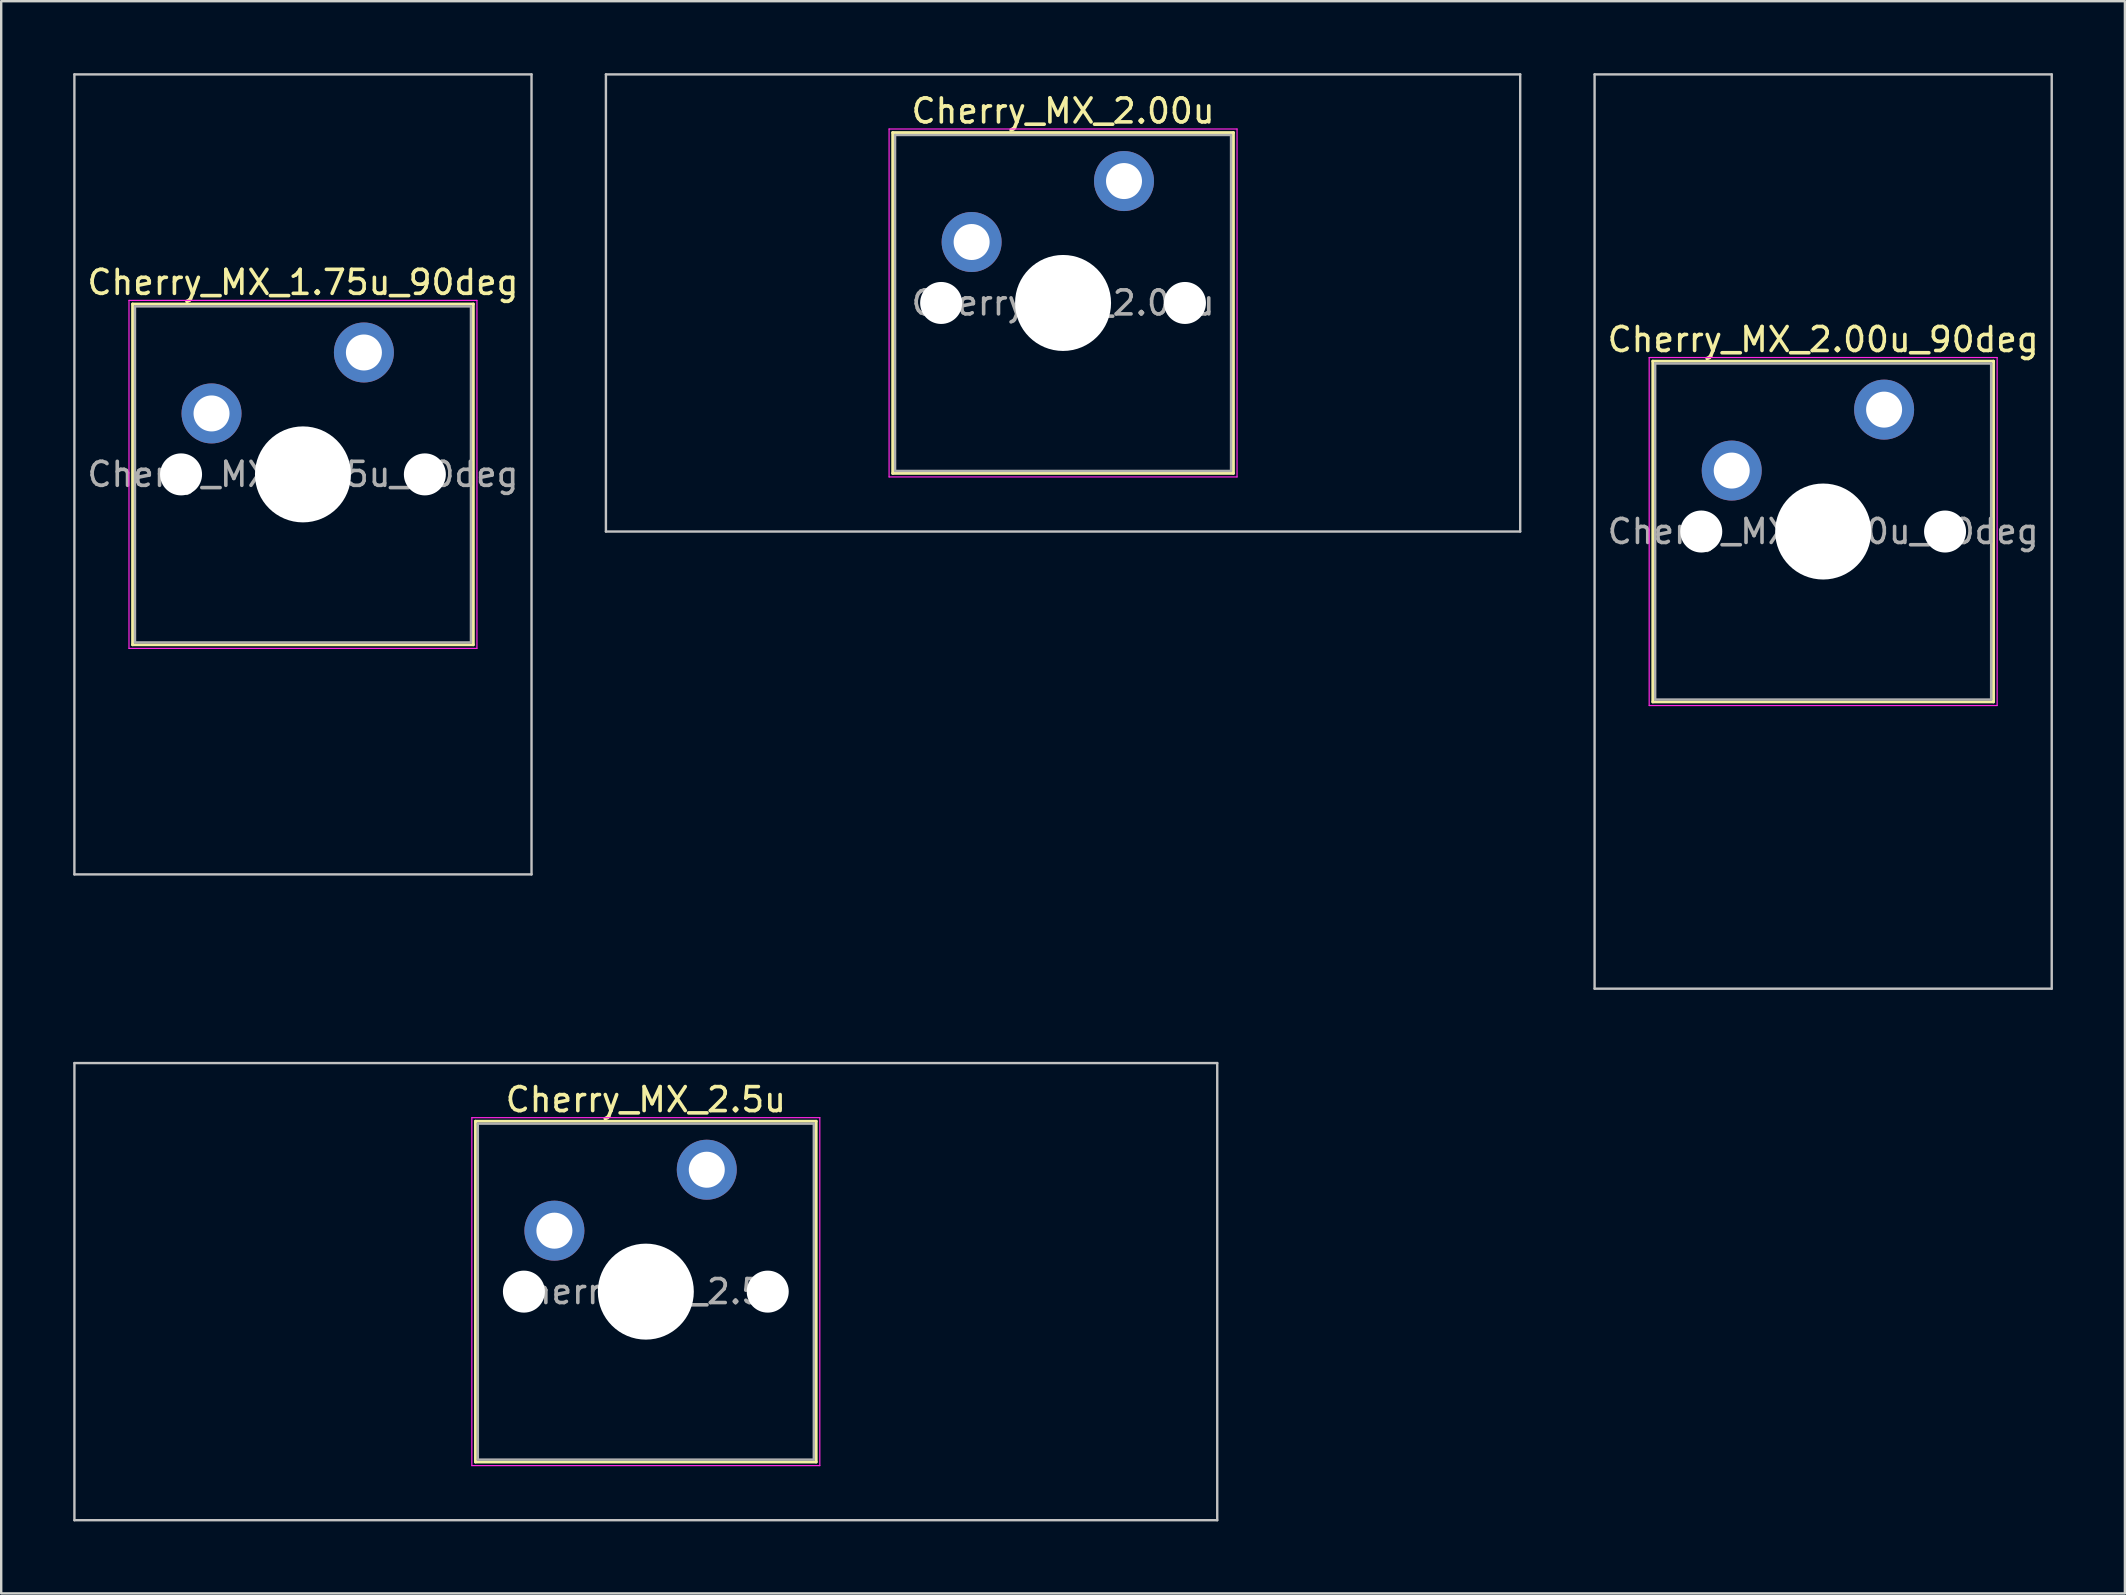
<source format=kicad_pcb>
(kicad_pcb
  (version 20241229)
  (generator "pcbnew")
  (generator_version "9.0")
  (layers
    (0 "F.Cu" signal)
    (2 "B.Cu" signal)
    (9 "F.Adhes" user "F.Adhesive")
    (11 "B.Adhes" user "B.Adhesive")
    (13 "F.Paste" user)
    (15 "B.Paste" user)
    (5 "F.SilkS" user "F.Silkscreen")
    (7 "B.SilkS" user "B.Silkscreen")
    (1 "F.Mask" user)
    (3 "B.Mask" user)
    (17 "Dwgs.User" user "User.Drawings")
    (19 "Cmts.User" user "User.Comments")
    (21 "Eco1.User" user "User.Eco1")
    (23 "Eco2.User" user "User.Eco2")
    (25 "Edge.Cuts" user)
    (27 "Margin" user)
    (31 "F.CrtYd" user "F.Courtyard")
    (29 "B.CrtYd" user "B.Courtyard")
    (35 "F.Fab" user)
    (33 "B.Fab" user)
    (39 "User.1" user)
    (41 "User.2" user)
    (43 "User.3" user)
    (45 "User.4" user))
  (footprint "Cherry_MX_2.5u"
    (layer "F.Cu")
    (at 23.863 50.775)
    (property "Reference" "Cherry_MX_2.5u" (at 0 -8 0) (layer "F.SilkS") (effects (font (size 1 1) (thickness 0.15))))
    (attr through_hole)
    (fp_line (start -7.1 -7.1) (end -7.1 7.1) (stroke (width 0.12) (type solid)) (layer "F.SilkS"))
    (fp_line (start -7.1 7.1) (end 7.1 7.1) (stroke (width 0.12) (type solid)) (layer "F.SilkS"))
    (fp_line (start 7.1 -7.1) (end -7.1 -7.1) (stroke (width 0.12) (type solid)) (layer "F.SilkS"))
    (fp_line (start 7.1 7.1) (end 7.1 -7.1) (stroke (width 0.12) (type solid)) (layer "F.SilkS"))
    (fp_line (start -23.812 -9.525) (end -23.812 9.525) (stroke (width 0.1) (type solid)) (layer "Dwgs.User"))
    (fp_line (start -23.812 9.525) (end 23.812 9.525) (stroke (width 0.1) (type solid)) (layer "Dwgs.User"))
    (fp_line (start 23.812 -9.525) (end -23.812 -9.525) (stroke (width 0.1) (type solid)) (layer "Dwgs.User"))
    (fp_line (start 23.812 9.525) (end 23.812 -9.525) (stroke (width 0.1) (type solid)) (layer "Dwgs.User"))
    (fp_line (start -7 -7) (end -7 7) (stroke (width 0.1) (type solid)) (layer "Eco1.User"))
    (fp_line (start -7 7) (end 7 7) (stroke (width 0.1) (type solid)) (layer "Eco1.User"))
    (fp_line (start 7 -7) (end -7 -7) (stroke (width 0.1) (type solid)) (layer "Eco1.User"))
    (fp_line (start 7 7) (end 7 -7) (stroke (width 0.1) (type solid)) (layer "Eco1.User"))
    (fp_line (start -7.25 -7.25) (end -7.25 7.25) (stroke (width 0.05) (type solid)) (layer "F.CrtYd"))
    (fp_line (start -7.25 7.25) (end 7.25 7.25) (stroke (width 0.05) (type solid)) (layer "F.CrtYd"))
    (fp_line (start 7.25 -7.25) (end -7.25 -7.25) (stroke (width 0.05) (type solid)) (layer "F.CrtYd"))
    (fp_line (start 7.25 7.25) (end 7.25 -7.25) (stroke (width 0.05) (type solid)) (layer "F.CrtYd"))
    (fp_line (start -7 -7) (end -7 7) (stroke (width 0.1) (type solid)) (layer "F.Fab"))
    (fp_line (start -7 7) (end 7 7) (stroke (width 0.1) (type solid)) (layer "F.Fab"))
    (fp_line (start 7 -7) (end -7 -7) (stroke (width 0.1) (type solid)) (layer "F.Fab"))
    (fp_line (start 7 7) (end 7 -7) (stroke (width 0.1) (type solid)) (layer "F.Fab"))
    (fp_text user "${REFERENCE}" (at 0 0 0) (layer "F.Fab") (effects (font (size 1 1) (thickness 0.15))))
    (pad "" np_thru_hole circle (at -5.08 0) (size 1.75 1.75) (drill 1.75) (layers "*.Cu" "*.Mask"))
    (pad "" np_thru_hole circle (at 0 0) (size 4 4) (drill 4) (layers "*.Cu" "*.Mask"))
    (pad "" np_thru_hole circle (at 5.08 0) (size 1.75 1.75) (drill 1.75) (layers "*.Cu" "*.Mask"))
    (pad "1" thru_hole circle (at -3.81 -2.54) (size 2.5 2.5) (drill 1.5) (layers "*.Cu" "*.Mask"))
    (pad "2" thru_hole circle (at 2.54 -5.08) (size 2.5 2.5) (drill 1.5) (layers "*.Cu" "*.Mask")))
  (footprint "Cherry_MX_2.00u"
    (layer "F.Cu")
    (at 41.25 9.575)
    (property "Reference" "Cherry_MX_2.00u" (at 0 -8 0) (layer "F.SilkS") (effects (font (size 1 1) (thickness 0.15))))
    (attr through_hole)
    (fp_line (start -7.1 -7.1) (end -7.1 7.1) (stroke (width 0.12) (type solid)) (layer "F.SilkS"))
    (fp_line (start -7.1 7.1) (end 7.1 7.1) (stroke (width 0.12) (type solid)) (layer "F.SilkS"))
    (fp_line (start 7.1 -7.1) (end -7.1 -7.1) (stroke (width 0.12) (type solid)) (layer "F.SilkS"))
    (fp_line (start 7.1 7.1) (end 7.1 -7.1) (stroke (width 0.12) (type solid)) (layer "F.SilkS"))
    (fp_line (start -19.05 -9.525) (end -19.05 9.525) (stroke (width 0.1) (type solid)) (layer "Dwgs.User"))
    (fp_line (start -19.05 9.525) (end 19.05 9.525) (stroke (width 0.1) (type solid)) (layer "Dwgs.User"))
    (fp_line (start 19.05 -9.525) (end -19.05 -9.525) (stroke (width 0.1) (type solid)) (layer "Dwgs.User"))
    (fp_line (start 19.05 9.525) (end 19.05 -9.525) (stroke (width 0.1) (type solid)) (layer "Dwgs.User"))
    (fp_line (start -7 -7) (end -7 7) (stroke (width 0.1) (type solid)) (layer "Eco1.User"))
    (fp_line (start -7 7) (end 7 7) (stroke (width 0.1) (type solid)) (layer "Eco1.User"))
    (fp_line (start 7 -7) (end -7 -7) (stroke (width 0.1) (type solid)) (layer "Eco1.User"))
    (fp_line (start 7 7) (end 7 -7) (stroke (width 0.1) (type solid)) (layer "Eco1.User"))
    (fp_line (start -7.25 -7.25) (end -7.25 7.25) (stroke (width 0.05) (type solid)) (layer "F.CrtYd"))
    (fp_line (start -7.25 7.25) (end 7.25 7.25) (stroke (width 0.05) (type solid)) (layer "F.CrtYd"))
    (fp_line (start 7.25 -7.25) (end -7.25 -7.25) (stroke (width 0.05) (type solid)) (layer "F.CrtYd"))
    (fp_line (start 7.25 7.25) (end 7.25 -7.25) (stroke (width 0.05) (type solid)) (layer "F.CrtYd"))
    (fp_line (start -7 -7) (end -7 7) (stroke (width 0.1) (type solid)) (layer "F.Fab"))
    (fp_line (start -7 7) (end 7 7) (stroke (width 0.1) (type solid)) (layer "F.Fab"))
    (fp_line (start 7 -7) (end -7 -7) (stroke (width 0.1) (type solid)) (layer "F.Fab"))
    (fp_line (start 7 7) (end 7 -7) (stroke (width 0.1) (type solid)) (layer "F.Fab"))
    (fp_text user "${REFERENCE}" (at 0 0 0) (layer "F.Fab") (effects (font (size 1 1) (thickness 0.15))))
    (pad "" np_thru_hole circle (at -5.08 0) (size 1.75 1.75) (drill 1.75) (layers "*.Cu" "*.Mask"))
    (pad "" np_thru_hole circle (at 0 0) (size 4 4) (drill 4) (layers "*.Cu" "*.Mask"))
    (pad "" np_thru_hole circle (at 5.08 0) (size 1.75 1.75) (drill 1.75) (layers "*.Cu" "*.Mask"))
    (pad "1" thru_hole circle (at -3.81 -2.54) (size 2.5 2.5) (drill 1.5) (layers "*.Cu" "*.Mask"))
    (pad "2" thru_hole circle (at 2.54 -5.08) (size 2.5 2.5) (drill 1.5) (layers "*.Cu" "*.Mask")))
  (footprint "Cherry_MX_1.75u_90deg"
    (layer "F.Cu")
    (at 9.575 16.719)
    (property "Reference" "Cherry_MX_1.75u_90deg" (at 0 -8 0) (layer "F.SilkS") (effects (font (size 1 1) (thickness 0.15))))
    (attr through_hole)
    (fp_line (start -7.1 -7.1) (end -7.1 7.1) (stroke (width 0.12) (type solid)) (layer "F.SilkS"))
    (fp_line (start -7.1 7.1) (end 7.1 7.1) (stroke (width 0.12) (type solid)) (layer "F.SilkS"))
    (fp_line (start 7.1 -7.1) (end -7.1 -7.1) (stroke (width 0.12) (type solid)) (layer "F.SilkS"))
    (fp_line (start 7.1 7.1) (end 7.1 -7.1) (stroke (width 0.12) (type solid)) (layer "F.SilkS"))
    (fp_line (start -9.525 -16.669) (end 9.525 -16.669) (stroke (width 0.1) (type solid)) (layer "Dwgs.User"))
    (fp_line (start -9.525 16.669) (end -9.525 -16.669) (stroke (width 0.1) (type solid)) (layer "Dwgs.User"))
    (fp_line (start 9.525 -16.669) (end 9.525 16.669) (stroke (width 0.1) (type solid)) (layer "Dwgs.User"))
    (fp_line (start 9.525 16.669) (end -9.525 16.669) (stroke (width 0.1) (type solid)) (layer "Dwgs.User"))
    (fp_line (start -7 -7) (end -7 7) (stroke (width 0.1) (type solid)) (layer "Eco1.User"))
    (fp_line (start -7 7) (end 7 7) (stroke (width 0.1) (type solid)) (layer "Eco1.User"))
    (fp_line (start 7 -7) (end -7 -7) (stroke (width 0.1) (type solid)) (layer "Eco1.User"))
    (fp_line (start 7 7) (end 7 -7) (stroke (width 0.1) (type solid)) (layer "Eco1.User"))
    (fp_line (start -7.25 -7.25) (end -7.25 7.25) (stroke (width 0.05) (type solid)) (layer "F.CrtYd"))
    (fp_line (start -7.25 7.25) (end 7.25 7.25) (stroke (width 0.05) (type solid)) (layer "F.CrtYd"))
    (fp_line (start 7.25 -7.25) (end -7.25 -7.25) (stroke (width 0.05) (type solid)) (layer "F.CrtYd"))
    (fp_line (start 7.25 7.25) (end 7.25 -7.25) (stroke (width 0.05) (type solid)) (layer "F.CrtYd"))
    (fp_line (start -7 -7) (end -7 7) (stroke (width 0.1) (type solid)) (layer "F.Fab"))
    (fp_line (start -7 7) (end 7 7) (stroke (width 0.1) (type solid)) (layer "F.Fab"))
    (fp_line (start 7 -7) (end -7 -7) (stroke (width 0.1) (type solid)) (layer "F.Fab"))
    (fp_line (start 7 7) (end 7 -7) (stroke (width 0.1) (type solid)) (layer "F.Fab"))
    (fp_text user "${REFERENCE}" (at 0 0 0) (layer "F.Fab") (effects (font (size 1 1) (thickness 0.15))))
    (pad "" np_thru_hole circle (at -5.08 0) (size 1.75 1.75) (drill 1.75) (layers "*.Cu" "*.Mask"))
    (pad "" np_thru_hole circle (at 0 0) (size 4 4) (drill 4) (layers "*.Cu" "*.Mask"))
    (pad "" np_thru_hole circle (at 5.08 0) (size 1.75 1.75) (drill 1.75) (layers "*.Cu" "*.Mask"))
    (pad "1" thru_hole circle (at -3.81 -2.54) (size 2.5 2.5) (drill 1.5) (layers "*.Cu" "*.Mask"))
    (pad "2" thru_hole circle (at 2.54 -5.08) (size 2.5 2.5) (drill 1.5) (layers "*.Cu" "*.Mask")))
  (footprint "Cherry_MX_2.00u_90deg"
    (layer "F.Cu")
    (at 72.925 19.1)
    (property "Reference" "Cherry_MX_2.00u_90deg" (at 0 -8 0) (layer "F.SilkS") (effects (font (size 1 1) (thickness 0.15))))
    (attr through_hole)
    (fp_line (start -7.1 -7.1) (end -7.1 7.1) (stroke (width 0.12) (type solid)) (layer "F.SilkS"))
    (fp_line (start -7.1 7.1) (end 7.1 7.1) (stroke (width 0.12) (type solid)) (layer "F.SilkS"))
    (fp_line (start 7.1 -7.1) (end -7.1 -7.1) (stroke (width 0.12) (type solid)) (layer "F.SilkS"))
    (fp_line (start 7.1 7.1) (end 7.1 -7.1) (stroke (width 0.12) (type solid)) (layer "F.SilkS"))
    (fp_line (start -9.525 -19.05) (end 9.525 -19.05) (stroke (width 0.1) (type solid)) (layer "Dwgs.User"))
    (fp_line (start -9.525 19.05) (end -9.525 -19.05) (stroke (width 0.1) (type solid)) (layer "Dwgs.User"))
    (fp_line (start 9.525 -19.05) (end 9.525 19.05) (stroke (width 0.1) (type solid)) (layer "Dwgs.User"))
    (fp_line (start 9.525 19.05) (end -9.525 19.05) (stroke (width 0.1) (type solid)) (layer "Dwgs.User"))
    (fp_line (start -7 -7) (end -7 7) (stroke (width 0.1) (type solid)) (layer "Eco1.User"))
    (fp_line (start -7 7) (end 7 7) (stroke (width 0.1) (type solid)) (layer "Eco1.User"))
    (fp_line (start 7 -7) (end -7 -7) (stroke (width 0.1) (type solid)) (layer "Eco1.User"))
    (fp_line (start 7 7) (end 7 -7) (stroke (width 0.1) (type solid)) (layer "Eco1.User"))
    (fp_line (start -7.25 -7.25) (end -7.25 7.25) (stroke (width 0.05) (type solid)) (layer "F.CrtYd"))
    (fp_line (start -7.25 7.25) (end 7.25 7.25) (stroke (width 0.05) (type solid)) (layer "F.CrtYd"))
    (fp_line (start 7.25 -7.25) (end -7.25 -7.25) (stroke (width 0.05) (type solid)) (layer "F.CrtYd"))
    (fp_line (start 7.25 7.25) (end 7.25 -7.25) (stroke (width 0.05) (type solid)) (layer "F.CrtYd"))
    (fp_line (start -7 -7) (end -7 7) (stroke (width 0.1) (type solid)) (layer "F.Fab"))
    (fp_line (start -7 7) (end 7 7) (stroke (width 0.1) (type solid)) (layer "F.Fab"))
    (fp_line (start 7 -7) (end -7 -7) (stroke (width 0.1) (type solid)) (layer "F.Fab"))
    (fp_line (start 7 7) (end 7 -7) (stroke (width 0.1) (type solid)) (layer "F.Fab"))
    (fp_text user "${REFERENCE}" (at 0 0 0) (layer "F.Fab") (effects (font (size 1 1) (thickness 0.15))))
    (pad "" np_thru_hole circle (at -5.08 0) (size 1.75 1.75) (drill 1.75) (layers "*.Cu" "*.Mask"))
    (pad "" np_thru_hole circle (at 0 0) (size 4 4) (drill 4) (layers "*.Cu" "*.Mask"))
    (pad "" np_thru_hole circle (at 5.08 0) (size 1.75 1.75) (drill 1.75) (layers "*.Cu" "*.Mask"))
    (pad "1" thru_hole circle (at -3.81 -2.54) (size 2.5 2.5) (drill 1.5) (layers "*.Cu" "*.Mask"))
    (pad "2" thru_hole circle (at 2.54 -5.08) (size 2.5 2.5) (drill 1.5) (layers "*.Cu" "*.Mask")))
  (gr_rect
    (start -3 -3)
    (end 85.5 63.35)
    (stroke (width 0.1) (type default))
    (fill no)
    (layer "Edge.Cuts")))
</source>
